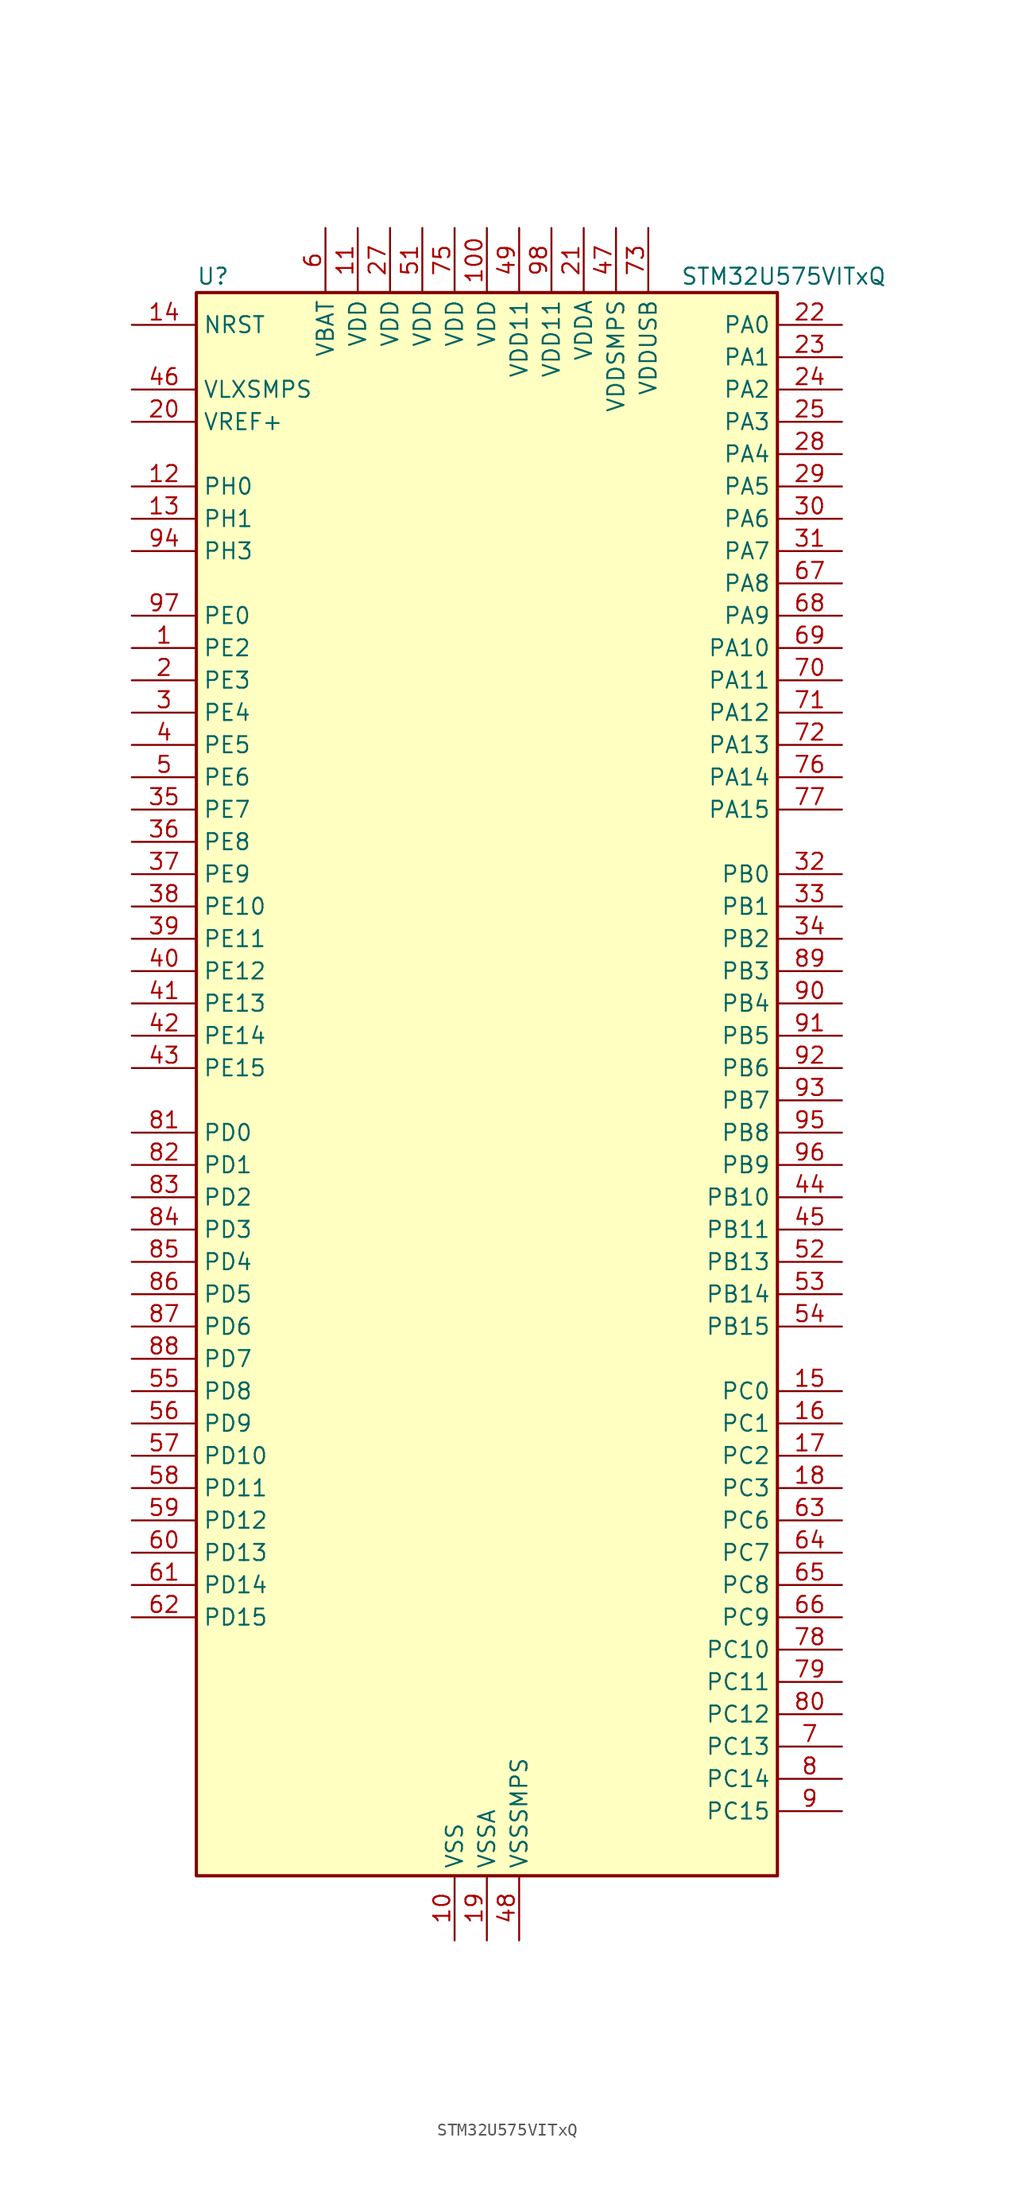
<source format=kicad_sym>
(kicad_symbol_lib
  (version 20220914)
  (generator kicad_symbol_editor)
  (symbol "STM32U575VITxQ"
    (property "Reference" "U"
      (at -22.86 64.77 0)
      (effects (font (size 1.27 1.27)) (justify left)))
    (property "Value" "STM32U575VITxQ"
      (at 15.24 64.77 0)
      (effects (font (size 1.27 1.27)) (justify left)))
    (property "ki_locked" ""
      (at 0 0 0)
      (effects (font (size 1.27 1.27))))
    (symbol "STM32U575VITxQ_0_1"
      (rectangle (start -22.86 -60.96) (end 22.86 63.5) (stroke (width 0.254) (type default)) (fill (type background))))
    (symbol "STM32U575VITxQ_1_1"
      (pin bidirectional line (at -27.94 35.56 0) (length 5.08) (name "PE2" (effects (font (size 1.27 1.27)))) (number "1" (effects (font (size 1.27 1.27)))) (alternate "DEBUG_TRACECLK" bidirectional line) (alternate "FMC_A23" bidirectional line) (alternate "SAI1_CK1" bidirectional line) (alternate "SAI1_MCLK_A" bidirectional line) (alternate "TIM3_ETR" bidirectional line) (alternate "TSC_G7_IO1" bidirectional line))
      (pin power_in line (at -2.54 -66.04 90) (length 5.08) (name "VSS" (effects (font (size 1.27 1.27)))) (number "10" (effects (font (size 1.27 1.27)))))
      (pin power_in line (at 0 68.58 270) (length 5.08) (name "VDD" (effects (font (size 1.27 1.27)))) (number "100" (effects (font (size 1.27 1.27)))))
      (pin power_in line (at -10.16 68.58 270) (length 5.08) (name "VDD" (effects (font (size 1.27 1.27)))) (number "11" (effects (font (size 1.27 1.27)))))
      (pin bidirectional line (at -27.94 48.26 0) (length 5.08) (name "PH0" (effects (font (size 1.27 1.27)))) (number "12" (effects (font (size 1.27 1.27)))) (alternate "RCC_OSC_IN" bidirectional line))
      (pin bidirectional line (at -27.94 45.72 0) (length 5.08) (name "PH1" (effects (font (size 1.27 1.27)))) (number "13" (effects (font (size 1.27 1.27)))) (alternate "RCC_OSC_OUT" bidirectional line))
      (pin input line (at -27.94 60.96 0) (length 5.08) (name "NRST" (effects (font (size 1.27 1.27)))) (number "14" (effects (font (size 1.27 1.27)))))
      (pin bidirectional line (at 27.94 -22.86 180) (length 5.08) (name "PC0" (effects (font (size 1.27 1.27)))) (number "15" (effects (font (size 1.27 1.27)))) (alternate "ADC1_IN1" bidirectional line) (alternate "ADC4_IN1" bidirectional line) (alternate "I2C3_SCL" bidirectional line) (alternate "LPTIM1_IN1" bidirectional line) (alternate "LPTIM2_IN1" bidirectional line) (alternate "LPUART1_RX" bidirectional line) (alternate "MDF1_SDI4" bidirectional line) (alternate "OCTOSPIM_P1_IO7" bidirectional line) (alternate "SAI2_FS_A" bidirectional line) (alternate "SDMMC1_D5" bidirectional line) (alternate "SPI2_RDY" bidirectional line))
      (pin bidirectional line (at 27.94 -25.4 180) (length 5.08) (name "PC1" (effects (font (size 1.27 1.27)))) (number "16" (effects (font (size 1.27 1.27)))) (alternate "ADC1_IN2" bidirectional line) (alternate "ADC4_IN2" bidirectional line) (alternate "DEBUG_TRACED0" bidirectional line) (alternate "I2C3_SDA" bidirectional line) (alternate "LPTIM1_CH1" bidirectional line) (alternate "LPUART1_TX" bidirectional line) (alternate "MDF1_CKI4" bidirectional line) (alternate "OCTOSPIM_P1_IO4" bidirectional line) (alternate "SAI1_SD_A" bidirectional line) (alternate "SDMMC2_CK" bidirectional line) (alternate "SPI2_MOSI" bidirectional line))
      (pin bidirectional line (at 27.94 -27.94 180) (length 5.08) (name "PC2" (effects (font (size 1.27 1.27)))) (number "17" (effects (font (size 1.27 1.27)))) (alternate "ADC1_IN3" bidirectional line) (alternate "ADC4_IN3" bidirectional line) (alternate "LPTIM1_IN2" bidirectional line) (alternate "MDF1_CCK1" bidirectional line) (alternate "OCTOSPIM_P1_IO5" bidirectional line) (alternate "SPI2_MISO" bidirectional line))
      (pin bidirectional line (at 27.94 -30.48 180) (length 5.08) (name "PC3" (effects (font (size 1.27 1.27)))) (number "18" (effects (font (size 1.27 1.27)))) (alternate "ADC1_IN4" bidirectional line) (alternate "ADC4_IN4" bidirectional line) (alternate "LPTIM1_ETR" bidirectional line) (alternate "LPTIM2_ETR" bidirectional line) (alternate "LPTIM3_CH1" bidirectional line) (alternate "OCTOSPIM_P1_IO6" bidirectional line) (alternate "SAI1_D1" bidirectional line) (alternate "SAI1_SD_A" bidirectional line) (alternate "SPI2_MOSI" bidirectional line))
      (pin power_in line (at 0 -66.04 90) (length 5.08) (name "VSSA" (effects (font (size 1.27 1.27)))) (number "19" (effects (font (size 1.27 1.27)))))
      (pin bidirectional line (at -27.94 33.02 0) (length 5.08) (name "PE3" (effects (font (size 1.27 1.27)))) (number "2" (effects (font (size 1.27 1.27)))) (alternate "DEBUG_TRACED0" bidirectional line) (alternate "FMC_A19" bidirectional line) (alternate "OCTOSPIM_P1_DQS" bidirectional line) (alternate "SAI1_SD_B" bidirectional line) (alternate "TAMP_IN6" bidirectional line) (alternate "TAMP_OUT3" bidirectional line) (alternate "TIM3_CH1" bidirectional line) (alternate "TSC_G7_IO2" bidirectional line))
      (pin input line (at -27.94 53.34 0) (length 5.08) (name "VREF+" (effects (font (size 1.27 1.27)))) (number "20" (effects (font (size 1.27 1.27)))) (alternate "VREFBUF_OUT" bidirectional line))
      (pin power_in line (at 7.62 68.58 270) (length 5.08) (name "VDDA" (effects (font (size 1.27 1.27)))) (number "21" (effects (font (size 1.27 1.27)))))
      (pin bidirectional line (at 27.94 60.96 180) (length 5.08) (name "PA0" (effects (font (size 1.27 1.27)))) (number "22" (effects (font (size 1.27 1.27)))) (alternate "ADC1_IN5" bidirectional line) (alternate "AUDIOCLK" bidirectional line) (alternate "OCTOSPIM_P2_NCS" bidirectional line) (alternate "OPAMP1_VINP" bidirectional line) (alternate "PWR_WKUP1" bidirectional line) (alternate "SDMMC2_CMD" bidirectional line) (alternate "SPI3_RDY" bidirectional line) (alternate "TAMP_IN2" bidirectional line) (alternate "TAMP_OUT1" bidirectional line) (alternate "TIM2_CH1" bidirectional line) (alternate "TIM2_ETR" bidirectional line) (alternate "TIM5_CH1" bidirectional line) (alternate "TIM8_ETR" bidirectional line) (alternate "UART4_TX" bidirectional line) (alternate "USART2_CTS" bidirectional line))
      (pin bidirectional line (at 27.94 58.42 180) (length 5.08) (name "PA1" (effects (font (size 1.27 1.27)))) (number "23" (effects (font (size 1.27 1.27)))) (alternate "ADC1_IN6" bidirectional line) (alternate "I2C1_SMBA" bidirectional line) (alternate "LPTIM1_CH2" bidirectional line) (alternate "OCTOSPIM_P1_DQS" bidirectional line) (alternate "OPAMP1_VINM" bidirectional line) (alternate "PWR_WKUP3" bidirectional line) (alternate "SPI1_SCK" bidirectional line) (alternate "TAMP_IN5" bidirectional line) (alternate "TAMP_OUT4" bidirectional line) (alternate "TIM15_CH1N" bidirectional line) (alternate "TIM2_CH2" bidirectional line) (alternate "TIM5_CH2" bidirectional line) (alternate "UART4_RX" bidirectional line) (alternate "USART2_DE" bidirectional line) (alternate "USART2_RTS" bidirectional line))
      (pin bidirectional line (at 27.94 55.88 180) (length 5.08) (name "PA2" (effects (font (size 1.27 1.27)))) (number "24" (effects (font (size 1.27 1.27)))) (alternate "ADC1_IN7" bidirectional line) (alternate "COMP1_INP" bidirectional line) (alternate "LPUART1_TX" bidirectional line) (alternate "OCTOSPIM_P1_NCS" bidirectional line) (alternate "PWR_WKUP4" bidirectional line) (alternate "RCC_LSCO" bidirectional line) (alternate "SPI1_RDY" bidirectional line) (alternate "TIM15_CH1" bidirectional line) (alternate "TIM2_CH3" bidirectional line) (alternate "TIM5_CH3" bidirectional line) (alternate "UCPD1_FRSTX1" bidirectional line) (alternate "USART2_TX" bidirectional line))
      (pin bidirectional line (at 27.94 53.34 180) (length 5.08) (name "PA3" (effects (font (size 1.27 1.27)))) (number "25" (effects (font (size 1.27 1.27)))) (alternate "ADC1_IN8" bidirectional line) (alternate "LPUART1_RX" bidirectional line) (alternate "OCTOSPIM_P1_CLK" bidirectional line) (alternate "OPAMP1_VOUT" bidirectional line) (alternate "PWR_WKUP5" bidirectional line) (alternate "SAI1_CK1" bidirectional line) (alternate "SAI1_MCLK_A" bidirectional line) (alternate "TIM15_CH2" bidirectional line) (alternate "TIM2_CH4" bidirectional line) (alternate "TIM5_CH4" bidirectional line) (alternate "USART2_RX" bidirectional line))
      (pin passive line (at -2.54 -66.04 90) (length 5.08) hide (name "VSS" (effects (font (size 1.27 1.27)))) (number "26" (effects (font (size 1.27 1.27)))))
      (pin power_in line (at -7.62 68.58 270) (length 5.08) (name "VDD" (effects (font (size 1.27 1.27)))) (number "27" (effects (font (size 1.27 1.27)))))
      (pin bidirectional line (at 27.94 50.8 180) (length 5.08) (name "PA4" (effects (font (size 1.27 1.27)))) (number "28" (effects (font (size 1.27 1.27)))) (alternate "ADC1_IN9" bidirectional line) (alternate "ADC4_IN9" bidirectional line) (alternate "DAC1_OUT1" bidirectional line) (alternate "DCMI_HSYNC" bidirectional line) (alternate "LPTIM2_CH1" bidirectional line) (alternate "OCTOSPIM_P1_NCS" bidirectional line) (alternate "PSSI_DE" bidirectional line) (alternate "PWR_WKUP2" bidirectional line) (alternate "SAI1_FS_B" bidirectional line) (alternate "SPI1_NSS" bidirectional line) (alternate "SPI3_NSS" bidirectional line) (alternate "USART2_CK" bidirectional line))
      (pin bidirectional line (at 27.94 48.26 180) (length 5.08) (name "PA5" (effects (font (size 1.27 1.27)))) (number "29" (effects (font (size 1.27 1.27)))) (alternate "ADC1_IN10" bidirectional line) (alternate "ADC4_IN10" bidirectional line) (alternate "DAC1_OUT2" bidirectional line) (alternate "LPTIM2_ETR" bidirectional line) (alternate "PSSI_D14" bidirectional line) (alternate "PWR_CSLEEP" bidirectional line) (alternate "PWR_WKUP6" bidirectional line) (alternate "SPI1_SCK" bidirectional line) (alternate "TIM2_CH1" bidirectional line) (alternate "TIM2_ETR" bidirectional line) (alternate "TIM8_CH1N" bidirectional line) (alternate "USART3_RX" bidirectional line))
      (pin bidirectional line (at -27.94 30.48 0) (length 5.08) (name "PE4" (effects (font (size 1.27 1.27)))) (number "3" (effects (font (size 1.27 1.27)))) (alternate "DCMI_D4" bidirectional line) (alternate "DEBUG_TRACED1" bidirectional line) (alternate "FMC_A20" bidirectional line) (alternate "MDF1_SDI3" bidirectional line) (alternate "PSSI_D4" bidirectional line) (alternate "PWR_WKUP1" bidirectional line) (alternate "SAI1_D2" bidirectional line) (alternate "SAI1_FS_A" bidirectional line) (alternate "TAMP_IN7" bidirectional line) (alternate "TAMP_OUT8" bidirectional line) (alternate "TIM3_CH2" bidirectional line) (alternate "TSC_G7_IO3" bidirectional line))
      (pin bidirectional line (at 27.94 45.72 180) (length 5.08) (name "PA6" (effects (font (size 1.27 1.27)))) (number "30" (effects (font (size 1.27 1.27)))) (alternate "ADC1_IN11" bidirectional line) (alternate "ADC4_IN11" bidirectional line) (alternate "DCMI_PIXCLK" bidirectional line) (alternate "LPUART1_CTS" bidirectional line) (alternate "OCTOSPIM_P1_IO3" bidirectional line) (alternate "OPAMP2_VINP" bidirectional line) (alternate "PSSI_PDCK" bidirectional line) (alternate "PWR_CDSTOP" bidirectional line) (alternate "PWR_WKUP7" bidirectional line) (alternate "SPI1_MISO" bidirectional line) (alternate "TIM16_CH1" bidirectional line) (alternate "TIM1_BKIN" bidirectional line) (alternate "TIM3_CH1" bidirectional line) (alternate "TIM8_BKIN" bidirectional line) (alternate "USART3_CTS" bidirectional line))
      (pin bidirectional line (at 27.94 43.18 180) (length 5.08) (name "PA7" (effects (font (size 1.27 1.27)))) (number "31" (effects (font (size 1.27 1.27)))) (alternate "ADC1_IN12" bidirectional line) (alternate "ADC4_IN20" bidirectional line) (alternate "I2C3_SCL" bidirectional line) (alternate "LPTIM2_CH2" bidirectional line) (alternate "OCTOSPIM_P1_IO2" bidirectional line) (alternate "OPAMP2_VINM" bidirectional line) (alternate "PWR_SRDSTOP" bidirectional line) (alternate "PWR_WKUP8" bidirectional line) (alternate "SPI1_MOSI" bidirectional line) (alternate "TIM17_CH1" bidirectional line) (alternate "TIM1_CH1N" bidirectional line) (alternate "TIM3_CH2" bidirectional line) (alternate "TIM8_CH1N" bidirectional line) (alternate "USART3_TX" bidirectional line))
      (pin bidirectional line (at 27.94 17.78 180) (length 5.08) (name "PB0" (effects (font (size 1.27 1.27)))) (number "32" (effects (font (size 1.27 1.27)))) (alternate "ADC1_IN15" bidirectional line) (alternate "ADC4_IN18" bidirectional line) (alternate "AUDIOCLK" bidirectional line) (alternate "COMP1_OUT" bidirectional line) (alternate "LPTIM3_CH1" bidirectional line) (alternate "OCTOSPIM_P1_IO1" bidirectional line) (alternate "OPAMP2_VOUT" bidirectional line) (alternate "SPI1_NSS" bidirectional line) (alternate "TIM1_CH2N" bidirectional line) (alternate "TIM3_CH3" bidirectional line) (alternate "TIM8_CH2N" bidirectional line) (alternate "USART3_CK" bidirectional line))
      (pin bidirectional line (at 27.94 15.24 180) (length 5.08) (name "PB1" (effects (font (size 1.27 1.27)))) (number "33" (effects (font (size 1.27 1.27)))) (alternate "ADC1_IN16" bidirectional line) (alternate "ADC4_IN19" bidirectional line) (alternate "COMP1_INM" bidirectional line) (alternate "LPTIM2_IN1" bidirectional line) (alternate "LPTIM3_CH2" bidirectional line) (alternate "LPUART1_DE" bidirectional line) (alternate "LPUART1_RTS" bidirectional line) (alternate "MDF1_SDI0" bidirectional line) (alternate "OCTOSPIM_P1_IO0" bidirectional line) (alternate "PWR_WKUP4" bidirectional line) (alternate "TIM1_CH3N" bidirectional line) (alternate "TIM3_CH4" bidirectional line) (alternate "TIM8_CH3N" bidirectional line) (alternate "USART3_DE" bidirectional line) (alternate "USART3_RTS" bidirectional line))
      (pin bidirectional line (at 27.94 12.7 180) (length 5.08) (name "PB2" (effects (font (size 1.27 1.27)))) (number "34" (effects (font (size 1.27 1.27)))) (alternate "ADC1_IN17" bidirectional line) (alternate "COMP1_INP" bidirectional line) (alternate "I2C3_SMBA" bidirectional line) (alternate "LPTIM1_CH1" bidirectional line) (alternate "MDF1_CKI0" bidirectional line) (alternate "OCTOSPIM_P1_DQS" bidirectional line) (alternate "PWR_WKUP1" bidirectional line) (alternate "RTC_OUT2" bidirectional line) (alternate "SPI1_RDY" bidirectional line) (alternate "TIM8_CH4N" bidirectional line) (alternate "UCPD1_FRSTX1" bidirectional line))
      (pin bidirectional line (at -27.94 22.86 0) (length 5.08) (name "PE7" (effects (font (size 1.27 1.27)))) (number "35" (effects (font (size 1.27 1.27)))) (alternate "FMC_D4" bidirectional line) (alternate "FMC_DA4" bidirectional line) (alternate "MDF1_SDI2" bidirectional line) (alternate "PWR_WKUP6" bidirectional line) (alternate "SAI1_SD_B" bidirectional line) (alternate "TIM1_ETR" bidirectional line))
      (pin bidirectional line (at -27.94 20.32 0) (length 5.08) (name "PE8" (effects (font (size 1.27 1.27)))) (number "36" (effects (font (size 1.27 1.27)))) (alternate "FMC_D5" bidirectional line) (alternate "FMC_DA5" bidirectional line) (alternate "MDF1_CKI2" bidirectional line) (alternate "PWR_WKUP7" bidirectional line) (alternate "SAI1_SCK_B" bidirectional line) (alternate "TIM1_CH1N" bidirectional line))
      (pin bidirectional line (at -27.94 17.78 0) (length 5.08) (name "PE9" (effects (font (size 1.27 1.27)))) (number "37" (effects (font (size 1.27 1.27)))) (alternate "ADF1_CCK0" bidirectional line) (alternate "DAC1_EXTI9" bidirectional line) (alternate "FMC_D6" bidirectional line) (alternate "FMC_DA6" bidirectional line) (alternate "MDF1_CCK0" bidirectional line) (alternate "OCTOSPIM_P1_NCLK" bidirectional line) (alternate "SAI1_FS_B" bidirectional line) (alternate "TIM1_CH1" bidirectional line))
      (pin bidirectional line (at -27.94 15.24 0) (length 5.08) (name "PE10" (effects (font (size 1.27 1.27)))) (number "38" (effects (font (size 1.27 1.27)))) (alternate "ADF1_SDI0" bidirectional line) (alternate "FMC_D7" bidirectional line) (alternate "FMC_DA7" bidirectional line) (alternate "MDF1_SDI4" bidirectional line) (alternate "OCTOSPIM_P1_CLK" bidirectional line) (alternate "SAI1_MCLK_B" bidirectional line) (alternate "TIM1_CH2N" bidirectional line) (alternate "TSC_G5_IO1" bidirectional line))
      (pin bidirectional line (at -27.94 12.7 0) (length 5.08) (name "PE11" (effects (font (size 1.27 1.27)))) (number "39" (effects (font (size 1.27 1.27)))) (alternate "ADC1_EXTI11" bidirectional line) (alternate "FMC_D8" bidirectional line) (alternate "FMC_DA8" bidirectional line) (alternate "MDF1_CKI4" bidirectional line) (alternate "OCTOSPIM_P1_NCS" bidirectional line) (alternate "SPI1_RDY" bidirectional line) (alternate "TIM1_CH2" bidirectional line) (alternate "TSC_G5_IO2" bidirectional line))
      (pin bidirectional line (at -27.94 27.94 0) (length 5.08) (name "PE5" (effects (font (size 1.27 1.27)))) (number "4" (effects (font (size 1.27 1.27)))) (alternate "DCMI_D6" bidirectional line) (alternate "DEBUG_TRACED2" bidirectional line) (alternate "FMC_A21" bidirectional line) (alternate "MDF1_CKI3" bidirectional line) (alternate "PSSI_D6" bidirectional line) (alternate "PWR_WKUP2" bidirectional line) (alternate "SAI1_CK2" bidirectional line) (alternate "SAI1_SCK_A" bidirectional line) (alternate "TAMP_IN8" bidirectional line) (alternate "TAMP_OUT7" bidirectional line) (alternate "TIM3_CH3" bidirectional line) (alternate "TSC_G7_IO4" bidirectional line))
      (pin bidirectional line (at -27.94 10.16 0) (length 5.08) (name "PE12" (effects (font (size 1.27 1.27)))) (number "40" (effects (font (size 1.27 1.27)))) (alternate "FMC_D9" bidirectional line) (alternate "FMC_DA9" bidirectional line) (alternate "MDF1_SDI5" bidirectional line) (alternate "OCTOSPIM_P1_IO0" bidirectional line) (alternate "SPI1_NSS" bidirectional line) (alternate "TIM1_CH3N" bidirectional line) (alternate "TSC_G5_IO3" bidirectional line))
      (pin bidirectional line (at -27.94 7.62 0) (length 5.08) (name "PE13" (effects (font (size 1.27 1.27)))) (number "41" (effects (font (size 1.27 1.27)))) (alternate "FMC_D10" bidirectional line) (alternate "FMC_DA10" bidirectional line) (alternate "MDF1_CKI5" bidirectional line) (alternate "OCTOSPIM_P1_IO1" bidirectional line) (alternate "SPI1_SCK" bidirectional line) (alternate "TIM1_CH3" bidirectional line) (alternate "TSC_G5_IO4" bidirectional line))
      (pin bidirectional line (at -27.94 5.08 0) (length 5.08) (name "PE14" (effects (font (size 1.27 1.27)))) (number "42" (effects (font (size 1.27 1.27)))) (alternate "FMC_D11" bidirectional line) (alternate "FMC_DA11" bidirectional line) (alternate "OCTOSPIM_P1_IO2" bidirectional line) (alternate "SPI1_MISO" bidirectional line) (alternate "TIM1_BKIN2" bidirectional line) (alternate "TIM1_CH4" bidirectional line))
      (pin bidirectional line (at -27.94 2.54 0) (length 5.08) (name "PE15" (effects (font (size 1.27 1.27)))) (number "43" (effects (font (size 1.27 1.27)))) (alternate "ADC1_EXTI15" bidirectional line) (alternate "ADC4_EXTI15" bidirectional line) (alternate "FMC_D12" bidirectional line) (alternate "FMC_DA12" bidirectional line) (alternate "OCTOSPIM_P1_IO3" bidirectional line) (alternate "SPI1_MOSI" bidirectional line) (alternate "TIM1_BKIN" bidirectional line) (alternate "TIM1_CH4N" bidirectional line))
      (pin bidirectional line (at 27.94 -7.62 180) (length 5.08) (name "PB10" (effects (font (size 1.27 1.27)))) (number "44" (effects (font (size 1.27 1.27)))) (alternate "COMP1_OUT" bidirectional line) (alternate "I2C2_SCL" bidirectional line) (alternate "I2C4_SCL" bidirectional line) (alternate "LPTIM3_CH1" bidirectional line) (alternate "LPUART1_RX" bidirectional line) (alternate "OCTOSPIM_P1_CLK" bidirectional line) (alternate "PWR_WKUP8" bidirectional line) (alternate "SAI1_SCK_A" bidirectional line) (alternate "SPI2_SCK" bidirectional line) (alternate "TIM2_CH3" bidirectional line) (alternate "TSC_SYNC" bidirectional line) (alternate "USART3_TX" bidirectional line))
      (pin bidirectional line (at 27.94 -10.16 180) (length 5.08) (name "PB11" (effects (font (size 1.27 1.27)))) (number "45" (effects (font (size 1.27 1.27)))) (alternate "ADC1_EXTI11" bidirectional line) (alternate "COMP2_OUT" bidirectional line) (alternate "I2C2_SDA" bidirectional line) (alternate "I2C4_SDA" bidirectional line) (alternate "LPUART1_TX" bidirectional line) (alternate "OCTOSPIM_P1_NCS" bidirectional line) (alternate "SPI2_RDY" bidirectional line) (alternate "TIM2_CH4" bidirectional line) (alternate "USART3_RX" bidirectional line))
      (pin power_in line (at -27.94 55.88 0) (length 5.08) (name "VLXSMPS" (effects (font (size 1.27 1.27)))) (number "46" (effects (font (size 1.27 1.27)))))
      (pin power_in line (at 10.16 68.58 270) (length 5.08) (name "VDDSMPS" (effects (font (size 1.27 1.27)))) (number "47" (effects (font (size 1.27 1.27)))))
      (pin power_in line (at 2.54 -66.04 90) (length 5.08) (name "VSSSMPS" (effects (font (size 1.27 1.27)))) (number "48" (effects (font (size 1.27 1.27)))))
      (pin power_in line (at 2.54 68.58 270) (length 5.08) (name "VDD11" (effects (font (size 1.27 1.27)))) (number "49" (effects (font (size 1.27 1.27)))))
      (pin bidirectional line (at -27.94 25.4 0) (length 5.08) (name "PE6" (effects (font (size 1.27 1.27)))) (number "5" (effects (font (size 1.27 1.27)))) (alternate "DCMI_D7" bidirectional line) (alternate "DEBUG_TRACED3" bidirectional line) (alternate "FMC_A22" bidirectional line) (alternate "PSSI_D7" bidirectional line) (alternate "PWR_WKUP3" bidirectional line) (alternate "SAI1_D1" bidirectional line) (alternate "SAI1_SD_A" bidirectional line) (alternate "TAMP_IN3" bidirectional line) (alternate "TAMP_OUT6" bidirectional line) (alternate "TIM3_CH4" bidirectional line))
      (pin passive line (at -2.54 -66.04 90) (length 5.08) hide (name "VSS" (effects (font (size 1.27 1.27)))) (number "50" (effects (font (size 1.27 1.27)))))
      (pin power_in line (at -5.08 68.58 270) (length 5.08) (name "VDD" (effects (font (size 1.27 1.27)))) (number "51" (effects (font (size 1.27 1.27)))))
      (pin bidirectional line (at 27.94 -12.7 180) (length 5.08) (name "PB13" (effects (font (size 1.27 1.27)))) (number "52" (effects (font (size 1.27 1.27)))) (alternate "I2C2_SCL" bidirectional line) (alternate "LPTIM3_IN1" bidirectional line) (alternate "LPUART1_CTS" bidirectional line) (alternate "MDF1_CKI1" bidirectional line) (alternate "SAI2_SCK_A" bidirectional line) (alternate "SPI2_SCK" bidirectional line) (alternate "TIM15_CH1N" bidirectional line) (alternate "TIM1_CH1N" bidirectional line) (alternate "TSC_G1_IO2" bidirectional line) (alternate "USART3_CTS" bidirectional line))
      (pin bidirectional line (at 27.94 -15.24 180) (length 5.08) (name "PB14" (effects (font (size 1.27 1.27)))) (number "53" (effects (font (size 1.27 1.27)))) (alternate "I2C2_SDA" bidirectional line) (alternate "LPTIM3_ETR" bidirectional line) (alternate "MDF1_SDI2" bidirectional line) (alternate "SAI2_MCLK_A" bidirectional line) (alternate "SDMMC2_D0" bidirectional line) (alternate "SPI2_MISO" bidirectional line) (alternate "TIM15_CH1" bidirectional line) (alternate "TIM1_CH2N" bidirectional line) (alternate "TIM8_CH2N" bidirectional line) (alternate "TSC_G1_IO3" bidirectional line) (alternate "UCPD1_DBCC2" bidirectional line) (alternate "USART3_DE" bidirectional line) (alternate "USART3_RTS" bidirectional line))
      (pin bidirectional line (at 27.94 -17.78 180) (length 5.08) (name "PB15" (effects (font (size 1.27 1.27)))) (number "54" (effects (font (size 1.27 1.27)))) (alternate "ADC1_EXTI15" bidirectional line) (alternate "ADC4_EXTI15" bidirectional line) (alternate "FMC_NBL1" bidirectional line) (alternate "LPTIM2_IN2" bidirectional line) (alternate "MDF1_CKI2" bidirectional line) (alternate "PWR_WKUP7" bidirectional line) (alternate "RTC_REFIN" bidirectional line) (alternate "SAI2_SD_A" bidirectional line) (alternate "SDMMC2_D1" bidirectional line) (alternate "SPI2_MOSI" bidirectional line) (alternate "TIM15_CH2" bidirectional line) (alternate "TIM1_CH3N" bidirectional line) (alternate "TIM8_CH3N" bidirectional line) (alternate "UCPD1_CC2" bidirectional line))
      (pin bidirectional line (at -27.94 -22.86 0) (length 5.08) (name "PD8" (effects (font (size 1.27 1.27)))) (number "55" (effects (font (size 1.27 1.27)))) (alternate "DCMI_HSYNC" bidirectional line) (alternate "FMC_D13" bidirectional line) (alternate "FMC_DA13" bidirectional line) (alternate "PSSI_DE" bidirectional line) (alternate "USART3_TX" bidirectional line))
      (pin bidirectional line (at -27.94 -25.4 0) (length 5.08) (name "PD9" (effects (font (size 1.27 1.27)))) (number "56" (effects (font (size 1.27 1.27)))) (alternate "DAC1_EXTI9" bidirectional line) (alternate "DCMI_PIXCLK" bidirectional line) (alternate "FMC_D14" bidirectional line) (alternate "FMC_DA14" bidirectional line) (alternate "LPTIM2_IN2" bidirectional line) (alternate "LPTIM3_IN1" bidirectional line) (alternate "PSSI_PDCK" bidirectional line) (alternate "SAI2_MCLK_A" bidirectional line) (alternate "USART3_RX" bidirectional line))
      (pin bidirectional line (at -27.94 -27.94 0) (length 5.08) (name "PD10" (effects (font (size 1.27 1.27)))) (number "57" (effects (font (size 1.27 1.27)))) (alternate "FMC_D15" bidirectional line) (alternate "FMC_DA15" bidirectional line) (alternate "LPTIM2_CH2" bidirectional line) (alternate "LPTIM3_ETR" bidirectional line) (alternate "SAI2_SCK_A" bidirectional line) (alternate "TSC_G6_IO1" bidirectional line) (alternate "USART3_CK" bidirectional line))
      (pin bidirectional line (at -27.94 -30.48 0) (length 5.08) (name "PD11" (effects (font (size 1.27 1.27)))) (number "58" (effects (font (size 1.27 1.27)))) (alternate "ADC1_EXTI11" bidirectional line) (alternate "ADC4_IN15" bidirectional line) (alternate "FMC_A16" bidirectional line) (alternate "FMC_CLE" bidirectional line) (alternate "I2C4_SMBA" bidirectional line) (alternate "LPTIM2_ETR" bidirectional line) (alternate "SAI2_SD_A" bidirectional line) (alternate "TSC_G6_IO2" bidirectional line) (alternate "USART3_CTS" bidirectional line))
      (pin bidirectional line (at -27.94 -33.02 0) (length 5.08) (name "PD12" (effects (font (size 1.27 1.27)))) (number "59" (effects (font (size 1.27 1.27)))) (alternate "ADC4_IN16" bidirectional line) (alternate "FMC_A17" bidirectional line) (alternate "FMC_ALE" bidirectional line) (alternate "I2C4_SCL" bidirectional line) (alternate "LPTIM2_IN1" bidirectional line) (alternate "SAI2_FS_A" bidirectional line) (alternate "TIM4_CH1" bidirectional line) (alternate "TSC_G6_IO3" bidirectional line) (alternate "USART3_DE" bidirectional line) (alternate "USART3_RTS" bidirectional line))
      (pin power_in line (at -12.7 68.58 270) (length 5.08) (name "VBAT" (effects (font (size 1.27 1.27)))) (number "6" (effects (font (size 1.27 1.27)))))
      (pin bidirectional line (at -27.94 -35.56 0) (length 5.08) (name "PD13" (effects (font (size 1.27 1.27)))) (number "60" (effects (font (size 1.27 1.27)))) (alternate "ADC4_IN17" bidirectional line) (alternate "FMC_A18" bidirectional line) (alternate "I2C4_SDA" bidirectional line) (alternate "LPTIM2_CH1" bidirectional line) (alternate "LPTIM4_IN1" bidirectional line) (alternate "TIM4_CH2" bidirectional line) (alternate "TSC_G6_IO4" bidirectional line))
      (pin bidirectional line (at -27.94 -38.1 0) (length 5.08) (name "PD14" (effects (font (size 1.27 1.27)))) (number "61" (effects (font (size 1.27 1.27)))) (alternate "FMC_D0" bidirectional line) (alternate "FMC_DA0" bidirectional line) (alternate "LPTIM3_CH1" bidirectional line) (alternate "TIM4_CH3" bidirectional line))
      (pin bidirectional line (at -27.94 -40.64 0) (length 5.08) (name "PD15" (effects (font (size 1.27 1.27)))) (number "62" (effects (font (size 1.27 1.27)))) (alternate "ADC1_EXTI15" bidirectional line) (alternate "ADC4_EXTI15" bidirectional line) (alternate "FMC_D1" bidirectional line) (alternate "FMC_DA1" bidirectional line) (alternate "LPTIM3_CH2" bidirectional line) (alternate "TIM4_CH4" bidirectional line))
      (pin bidirectional line (at 27.94 -33.02 180) (length 5.08) (name "PC6" (effects (font (size 1.27 1.27)))) (number "63" (effects (font (size 1.27 1.27)))) (alternate "DCMI_D0" bidirectional line) (alternate "MDF1_CKI3" bidirectional line) (alternate "PSSI_D0" bidirectional line) (alternate "PWR_CSLEEP" bidirectional line) (alternate "SAI2_MCLK_A" bidirectional line) (alternate "SDMMC1_D0DIR" bidirectional line) (alternate "SDMMC1_D6" bidirectional line) (alternate "SDMMC2_D6" bidirectional line) (alternate "TIM3_CH1" bidirectional line) (alternate "TIM8_CH1" bidirectional line) (alternate "TSC_G4_IO1" bidirectional line))
      (pin bidirectional line (at 27.94 -35.56 180) (length 5.08) (name "PC7" (effects (font (size 1.27 1.27)))) (number "64" (effects (font (size 1.27 1.27)))) (alternate "DCMI_D1" bidirectional line) (alternate "LPTIM2_CH2" bidirectional line) (alternate "MDF1_SDI3" bidirectional line) (alternate "PSSI_D1" bidirectional line) (alternate "PWR_CDSTOP" bidirectional line) (alternate "SAI2_MCLK_B" bidirectional line) (alternate "SDMMC1_D123DIR" bidirectional line) (alternate "SDMMC1_D7" bidirectional line) (alternate "SDMMC2_D7" bidirectional line) (alternate "TIM3_CH2" bidirectional line) (alternate "TIM8_CH2" bidirectional line) (alternate "TSC_G4_IO2" bidirectional line))
      (pin bidirectional line (at 27.94 -38.1 180) (length 5.08) (name "PC8" (effects (font (size 1.27 1.27)))) (number "65" (effects (font (size 1.27 1.27)))) (alternate "DCMI_D2" bidirectional line) (alternate "LPTIM3_CH1" bidirectional line) (alternate "PSSI_D2" bidirectional line) (alternate "PWR_SRDSTOP" bidirectional line) (alternate "SDMMC1_D0" bidirectional line) (alternate "TIM3_CH3" bidirectional line) (alternate "TIM8_CH3" bidirectional line) (alternate "TSC_G4_IO3" bidirectional line))
      (pin bidirectional line (at 27.94 -40.64 180) (length 5.08) (name "PC9" (effects (font (size 1.27 1.27)))) (number "66" (effects (font (size 1.27 1.27)))) (alternate "DAC1_EXTI9" bidirectional line) (alternate "DCMI_D3" bidirectional line) (alternate "DEBUG_TRACED0" bidirectional line) (alternate "LPTIM3_CH2" bidirectional line) (alternate "PSSI_D3" bidirectional line) (alternate "SDMMC1_D1" bidirectional line) (alternate "TIM3_CH4" bidirectional line) (alternate "TIM8_BKIN2" bidirectional line) (alternate "TIM8_CH4" bidirectional line) (alternate "TSC_G4_IO4" bidirectional line) (alternate "USB_OTG_FS_NOE" bidirectional line))
      (pin bidirectional line (at 27.94 40.64 180) (length 5.08) (name "PA8" (effects (font (size 1.27 1.27)))) (number "67" (effects (font (size 1.27 1.27)))) (alternate "DEBUG_TRACECLK" bidirectional line) (alternate "LPTIM2_CH1" bidirectional line) (alternate "RCC_MCO" bidirectional line) (alternate "SAI1_CK2" bidirectional line) (alternate "SAI1_SCK_A" bidirectional line) (alternate "SPI1_RDY" bidirectional line) (alternate "TIM1_CH1" bidirectional line) (alternate "USART1_CK" bidirectional line) (alternate "USB_OTG_FS_SOF" bidirectional line))
      (pin bidirectional line (at 27.94 38.1 180) (length 5.08) (name "PA9" (effects (font (size 1.27 1.27)))) (number "68" (effects (font (size 1.27 1.27)))) (alternate "DAC1_EXTI9" bidirectional line) (alternate "DCMI_D0" bidirectional line) (alternate "PSSI_D0" bidirectional line) (alternate "SAI1_FS_A" bidirectional line) (alternate "SPI2_SCK" bidirectional line) (alternate "TIM15_BKIN" bidirectional line) (alternate "TIM1_CH2" bidirectional line) (alternate "USART1_TX" bidirectional line) (alternate "USB_OTG_FS_VBUS" bidirectional line))
      (pin bidirectional line (at 27.94 35.56 180) (length 5.08) (name "PA10" (effects (font (size 1.27 1.27)))) (number "69" (effects (font (size 1.27 1.27)))) (alternate "CRS_SYNC" bidirectional line) (alternate "DCMI_D1" bidirectional line) (alternate "LPTIM2_IN2" bidirectional line) (alternate "PSSI_D1" bidirectional line) (alternate "SAI1_D1" bidirectional line) (alternate "SAI1_SD_A" bidirectional line) (alternate "TIM17_BKIN" bidirectional line) (alternate "TIM1_CH3" bidirectional line) (alternate "USART1_RX" bidirectional line) (alternate "USB_OTG_FS_ID" bidirectional line))
      (pin bidirectional line (at 27.94 -50.8 180) (length 5.08) (name "PC13" (effects (font (size 1.27 1.27)))) (number "7" (effects (font (size 1.27 1.27)))) (alternate "PWR_WKUP2" bidirectional line) (alternate "RTC_OUT1" bidirectional line) (alternate "RTC_TS" bidirectional line) (alternate "TAMP_IN1" bidirectional line) (alternate "TAMP_OUT2" bidirectional line))
      (pin bidirectional line (at 27.94 33.02 180) (length 5.08) (name "PA11" (effects (font (size 1.27 1.27)))) (number "70" (effects (font (size 1.27 1.27)))) (alternate "ADC1_EXTI11" bidirectional line) (alternate "FDCAN1_RX" bidirectional line) (alternate "SPI1_MISO" bidirectional line) (alternate "TIM1_BKIN2" bidirectional line) (alternate "TIM1_CH4" bidirectional line) (alternate "USART1_CTS" bidirectional line) (alternate "USB_OTG_FS_DM" bidirectional line))
      (pin bidirectional line (at 27.94 30.48 180) (length 5.08) (name "PA12" (effects (font (size 1.27 1.27)))) (number "71" (effects (font (size 1.27 1.27)))) (alternate "FDCAN1_TX" bidirectional line) (alternate "OCTOSPIM_P2_NCS" bidirectional line) (alternate "SPI1_MOSI" bidirectional line) (alternate "TIM1_ETR" bidirectional line) (alternate "USART1_DE" bidirectional line) (alternate "USART1_RTS" bidirectional line) (alternate "USB_OTG_FS_DP" bidirectional line))
      (pin bidirectional line (at 27.94 27.94 180) (length 5.08) (name "PA13" (effects (font (size 1.27 1.27)))) (number "72" (effects (font (size 1.27 1.27)))) (alternate "DEBUG_JTMS-SWDIO" bidirectional line) (alternate "IR_OUT" bidirectional line) (alternate "SAI1_SD_B" bidirectional line) (alternate "USB_OTG_FS_NOE" bidirectional line))
      (pin power_in line (at 12.7 68.58 270) (length 5.08) (name "VDDUSB" (effects (font (size 1.27 1.27)))) (number "73" (effects (font (size 1.27 1.27)))))
      (pin passive line (at -2.54 -66.04 90) (length 5.08) hide (name "VSS" (effects (font (size 1.27 1.27)))) (number "74" (effects (font (size 1.27 1.27)))))
      (pin power_in line (at -2.54 68.58 270) (length 5.08) (name "VDD" (effects (font (size 1.27 1.27)))) (number "75" (effects (font (size 1.27 1.27)))))
      (pin bidirectional line (at 27.94 25.4 180) (length 5.08) (name "PA14" (effects (font (size 1.27 1.27)))) (number "76" (effects (font (size 1.27 1.27)))) (alternate "DEBUG_JTCK-SWCLK" bidirectional line) (alternate "I2C1_SMBA" bidirectional line) (alternate "I2C4_SMBA" bidirectional line) (alternate "LPTIM1_CH1" bidirectional line) (alternate "SAI1_FS_B" bidirectional line) (alternate "USB_OTG_FS_SOF" bidirectional line))
      (pin bidirectional line (at 27.94 22.86 180) (length 5.08) (name "PA15" (effects (font (size 1.27 1.27)))) (number "77" (effects (font (size 1.27 1.27)))) (alternate "ADC1_EXTI15" bidirectional line) (alternate "ADC4_EXTI15" bidirectional line) (alternate "DEBUG_JTDI" bidirectional line) (alternate "SAI2_FS_B" bidirectional line) (alternate "SPI1_NSS" bidirectional line) (alternate "SPI3_NSS" bidirectional line) (alternate "TIM2_CH1" bidirectional line) (alternate "TIM2_ETR" bidirectional line) (alternate "UART4_DE" bidirectional line) (alternate "UART4_RTS" bidirectional line) (alternate "UCPD1_CC1" bidirectional line) (alternate "USART2_RX" bidirectional line) (alternate "USART3_DE" bidirectional line) (alternate "USART3_RTS" bidirectional line))
      (pin bidirectional line (at 27.94 -43.18 180) (length 5.08) (name "PC10" (effects (font (size 1.27 1.27)))) (number "78" (effects (font (size 1.27 1.27)))) (alternate "ADF1_CCK1" bidirectional line) (alternate "DCMI_D8" bidirectional line) (alternate "DEBUG_TRACED1" bidirectional line) (alternate "LPTIM3_ETR" bidirectional line) (alternate "PSSI_D8" bidirectional line) (alternate "SAI2_SCK_B" bidirectional line) (alternate "SDMMC1_D2" bidirectional line) (alternate "SPI3_SCK" bidirectional line) (alternate "TSC_G3_IO2" bidirectional line) (alternate "UART4_TX" bidirectional line) (alternate "USART3_TX" bidirectional line))
      (pin bidirectional line (at 27.94 -45.72 180) (length 5.08) (name "PC11" (effects (font (size 1.27 1.27)))) (number "79" (effects (font (size 1.27 1.27)))) (alternate "ADC1_EXTI11" bidirectional line) (alternate "ADF1_SDI0" bidirectional line) (alternate "DCMI_D2" bidirectional line) (alternate "DCMI_D4" bidirectional line) (alternate "LPTIM3_IN1" bidirectional line) (alternate "OCTOSPIM_P1_NCS" bidirectional line) (alternate "PSSI_D2" bidirectional line) (alternate "PSSI_D4" bidirectional line) (alternate "SAI2_MCLK_B" bidirectional line) (alternate "SDMMC1_D3" bidirectional line) (alternate "SPI3_MISO" bidirectional line) (alternate "TSC_G3_IO3" bidirectional line) (alternate "UART4_RX" bidirectional line) (alternate "UCPD1_FRSTX2" bidirectional line) (alternate "USART3_RX" bidirectional line))
      (pin bidirectional line (at 27.94 -53.34 180) (length 5.08) (name "PC14" (effects (font (size 1.27 1.27)))) (number "8" (effects (font (size 1.27 1.27)))) (alternate "RCC_OSC32_IN" bidirectional line))
      (pin bidirectional line (at 27.94 -48.26 180) (length 5.08) (name "PC12" (effects (font (size 1.27 1.27)))) (number "80" (effects (font (size 1.27 1.27)))) (alternate "DCMI_D9" bidirectional line) (alternate "DEBUG_TRACED3" bidirectional line) (alternate "PSSI_D9" bidirectional line) (alternate "SAI2_SD_B" bidirectional line) (alternate "SDMMC1_CK" bidirectional line) (alternate "SPI3_MOSI" bidirectional line) (alternate "TSC_G3_IO4" bidirectional line) (alternate "UART5_TX" bidirectional line) (alternate "USART3_CK" bidirectional line))
      (pin bidirectional line (at -27.94 -2.54 0) (length 5.08) (name "PD0" (effects (font (size 1.27 1.27)))) (number "81" (effects (font (size 1.27 1.27)))) (alternate "FDCAN1_RX" bidirectional line) (alternate "FMC_D2" bidirectional line) (alternate "FMC_DA2" bidirectional line) (alternate "SPI2_NSS" bidirectional line) (alternate "TIM8_CH4N" bidirectional line))
      (pin bidirectional line (at -27.94 -5.08 0) (length 5.08) (name "PD1" (effects (font (size 1.27 1.27)))) (number "82" (effects (font (size 1.27 1.27)))) (alternate "FDCAN1_TX" bidirectional line) (alternate "FMC_D3" bidirectional line) (alternate "FMC_DA3" bidirectional line) (alternate "SPI2_SCK" bidirectional line))
      (pin bidirectional line (at -27.94 -7.62 0) (length 5.08) (name "PD2" (effects (font (size 1.27 1.27)))) (number "83" (effects (font (size 1.27 1.27)))) (alternate "DCMI_D11" bidirectional line) (alternate "DEBUG_TRACED2" bidirectional line) (alternate "LPTIM4_ETR" bidirectional line) (alternate "PSSI_D11" bidirectional line) (alternate "SDMMC1_CMD" bidirectional line) (alternate "TIM3_ETR" bidirectional line) (alternate "TSC_SYNC" bidirectional line) (alternate "UART5_RX" bidirectional line) (alternate "USART3_DE" bidirectional line) (alternate "USART3_RTS" bidirectional line))
      (pin bidirectional line (at -27.94 -10.16 0) (length 5.08) (name "PD3" (effects (font (size 1.27 1.27)))) (number "84" (effects (font (size 1.27 1.27)))) (alternate "DCMI_D5" bidirectional line) (alternate "FMC_CLK" bidirectional line) (alternate "MDF1_SDI0" bidirectional line) (alternate "OCTOSPIM_P2_NCS" bidirectional line) (alternate "PSSI_D5" bidirectional line) (alternate "SPI2_MISO" bidirectional line) (alternate "SPI2_SCK" bidirectional line) (alternate "USART2_CTS" bidirectional line))
      (pin bidirectional line (at -27.94 -12.7 0) (length 5.08) (name "PD4" (effects (font (size 1.27 1.27)))) (number "85" (effects (font (size 1.27 1.27)))) (alternate "FMC_NOE" bidirectional line) (alternate "MDF1_CKI0" bidirectional line) (alternate "OCTOSPIM_P1_IO4" bidirectional line) (alternate "SPI2_MOSI" bidirectional line) (alternate "USART2_DE" bidirectional line) (alternate "USART2_RTS" bidirectional line))
      (pin bidirectional line (at -27.94 -15.24 0) (length 5.08) (name "PD5" (effects (font (size 1.27 1.27)))) (number "86" (effects (font (size 1.27 1.27)))) (alternate "FMC_NWE" bidirectional line) (alternate "OCTOSPIM_P1_IO5" bidirectional line) (alternate "SPI2_RDY" bidirectional line) (alternate "USART2_TX" bidirectional line))
      (pin bidirectional line (at -27.94 -17.78 0) (length 5.08) (name "PD6" (effects (font (size 1.27 1.27)))) (number "87" (effects (font (size 1.27 1.27)))) (alternate "DCMI_D10" bidirectional line) (alternate "FMC_NWAIT" bidirectional line) (alternate "MDF1_SDI1" bidirectional line) (alternate "OCTOSPIM_P1_IO6" bidirectional line) (alternate "PSSI_D10" bidirectional line) (alternate "SAI1_D1" bidirectional line) (alternate "SAI1_SD_A" bidirectional line) (alternate "SDMMC2_CK" bidirectional line) (alternate "SPI3_MOSI" bidirectional line) (alternate "USART2_RX" bidirectional line))
      (pin bidirectional line (at -27.94 -20.32 0) (length 5.08) (name "PD7" (effects (font (size 1.27 1.27)))) (number "88" (effects (font (size 1.27 1.27)))) (alternate "FMC_NCE" bidirectional line) (alternate "FMC_NE1" bidirectional line) (alternate "LPTIM4_OUT" bidirectional line) (alternate "MDF1_CKI1" bidirectional line) (alternate "OCTOSPIM_P1_IO7" bidirectional line) (alternate "SDMMC2_CMD" bidirectional line) (alternate "USART2_CK" bidirectional line))
      (pin bidirectional line (at 27.94 10.16 180) (length 5.08) (name "PB3" (effects (font (size 1.27 1.27)))) (number "89" (effects (font (size 1.27 1.27)))) (alternate "ADF1_CCK0" bidirectional line) (alternate "COMP2_INM" bidirectional line) (alternate "CRS_SYNC" bidirectional line) (alternate "DEBUG_JTDO-SWO" bidirectional line) (alternate "I2C1_SDA" bidirectional line) (alternate "LPTIM1_CH1" bidirectional line) (alternate "SAI1_SCK_B" bidirectional line) (alternate "SDMMC2_D2" bidirectional line) (alternate "SPI1_SCK" bidirectional line) (alternate "SPI3_SCK" bidirectional line) (alternate "TIM2_CH2" bidirectional line) (alternate "USART1_DE" bidirectional line) (alternate "USART1_RTS" bidirectional line))
      (pin bidirectional line (at 27.94 -55.88 180) (length 5.08) (name "PC15" (effects (font (size 1.27 1.27)))) (number "9" (effects (font (size 1.27 1.27)))) (alternate "ADC1_EXTI15" bidirectional line) (alternate "ADC4_EXTI15" bidirectional line) (alternate "RCC_OSC32_OUT" bidirectional line))
      (pin bidirectional line (at 27.94 7.62 180) (length 5.08) (name "PB4" (effects (font (size 1.27 1.27)))) (number "90" (effects (font (size 1.27 1.27)))) (alternate "ADF1_SDI0" bidirectional line) (alternate "COMP2_INP" bidirectional line) (alternate "DCMI_D12" bidirectional line) (alternate "DEBUG_JTRST" bidirectional line) (alternate "I2C3_SDA" bidirectional line) (alternate "LPTIM1_CH2" bidirectional line) (alternate "PSSI_D12" bidirectional line) (alternate "SAI1_MCLK_B" bidirectional line) (alternate "SDMMC2_D3" bidirectional line) (alternate "SPI1_MISO" bidirectional line) (alternate "SPI3_MISO" bidirectional line) (alternate "TIM17_BKIN" bidirectional line) (alternate "TIM3_CH1" bidirectional line) (alternate "TSC_G2_IO1" bidirectional line) (alternate "UART5_DE" bidirectional line) (alternate "UART5_RTS" bidirectional line) (alternate "USART1_CTS" bidirectional line))
      (pin bidirectional line (at 27.94 5.08 180) (length 5.08) (name "PB5" (effects (font (size 1.27 1.27)))) (number "91" (effects (font (size 1.27 1.27)))) (alternate "COMP2_OUT" bidirectional line) (alternate "DCMI_D10" bidirectional line) (alternate "I2C1_SMBA" bidirectional line) (alternate "LPTIM1_IN1" bidirectional line) (alternate "OCTOSPIM_P1_NCLK" bidirectional line) (alternate "PSSI_D10" bidirectional line) (alternate "PWR_WKUP6" bidirectional line) (alternate "SAI1_SD_B" bidirectional line) (alternate "SPI1_MOSI" bidirectional line) (alternate "SPI3_MOSI" bidirectional line) (alternate "TIM16_BKIN" bidirectional line) (alternate "TIM3_CH2" bidirectional line) (alternate "TSC_G2_IO2" bidirectional line) (alternate "UART5_CTS" bidirectional line) (alternate "UCPD1_DBCC1" bidirectional line) (alternate "USART1_CK" bidirectional line))
      (pin bidirectional line (at 27.94 2.54 180) (length 5.08) (name "PB6" (effects (font (size 1.27 1.27)))) (number "92" (effects (font (size 1.27 1.27)))) (alternate "COMP2_INP" bidirectional line) (alternate "DCMI_D5" bidirectional line) (alternate "I2C1_SCL" bidirectional line) (alternate "I2C4_SCL" bidirectional line) (alternate "LPTIM1_ETR" bidirectional line) (alternate "MDF1_SDI5" bidirectional line) (alternate "PSSI_D5" bidirectional line) (alternate "PWR_WKUP3" bidirectional line) (alternate "SAI1_FS_B" bidirectional line) (alternate "TIM16_CH1N" bidirectional line) (alternate "TIM4_CH1" bidirectional line) (alternate "TIM8_BKIN2" bidirectional line) (alternate "TSC_G2_IO3" bidirectional line) (alternate "USART1_TX" bidirectional line))
      (pin bidirectional line (at 27.94 0 180) (length 5.08) (name "PB7" (effects (font (size 1.27 1.27)))) (number "93" (effects (font (size 1.27 1.27)))) (alternate "COMP2_INM" bidirectional line) (alternate "DCMI_VSYNC" bidirectional line) (alternate "FMC_NL" bidirectional line) (alternate "I2C1_SDA" bidirectional line) (alternate "I2C4_SDA" bidirectional line) (alternate "LPTIM1_IN2" bidirectional line) (alternate "MDF1_CKI5" bidirectional line) (alternate "PSSI_RDY" bidirectional line) (alternate "PWR_PVD_IN" bidirectional line) (alternate "PWR_WKUP4" bidirectional line) (alternate "TIM17_CH1N" bidirectional line) (alternate "TIM4_CH2" bidirectional line) (alternate "TIM8_BKIN" bidirectional line) (alternate "TSC_G2_IO4" bidirectional line) (alternate "UART4_CTS" bidirectional line) (alternate "USART1_RX" bidirectional line))
      (pin bidirectional line (at -27.94 43.18 0) (length 5.08) (name "PH3" (effects (font (size 1.27 1.27)))) (number "94" (effects (font (size 1.27 1.27)))))
      (pin bidirectional line (at 27.94 -2.54 180) (length 5.08) (name "PB8" (effects (font (size 1.27 1.27)))) (number "95" (effects (font (size 1.27 1.27)))) (alternate "DCMI_D6" bidirectional line) (alternate "FDCAN1_RX" bidirectional line) (alternate "I2C1_SCL" bidirectional line) (alternate "MDF1_CCK0" bidirectional line) (alternate "PSSI_D6" bidirectional line) (alternate "PWR_WKUP5" bidirectional line) (alternate "SAI1_CK1" bidirectional line) (alternate "SAI1_MCLK_A" bidirectional line) (alternate "SDMMC1_CKIN" bidirectional line) (alternate "SDMMC1_D4" bidirectional line) (alternate "SDMMC2_D4" bidirectional line) (alternate "SPI3_RDY" bidirectional line) (alternate "TIM16_CH1" bidirectional line) (alternate "TIM4_CH3" bidirectional line))
      (pin bidirectional line (at 27.94 -5.08 180) (length 5.08) (name "PB9" (effects (font (size 1.27 1.27)))) (number "96" (effects (font (size 1.27 1.27)))) (alternate "DAC1_EXTI9" bidirectional line) (alternate "DCMI_D7" bidirectional line) (alternate "FDCAN1_TX" bidirectional line) (alternate "I2C1_SDA" bidirectional line) (alternate "IR_OUT" bidirectional line) (alternate "PSSI_D7" bidirectional line) (alternate "SAI1_D2" bidirectional line) (alternate "SAI1_FS_A" bidirectional line) (alternate "SDMMC1_CDIR" bidirectional line) (alternate "SDMMC1_D5" bidirectional line) (alternate "SDMMC2_D5" bidirectional line) (alternate "SPI2_NSS" bidirectional line) (alternate "TIM17_CH1" bidirectional line) (alternate "TIM4_CH4" bidirectional line))
      (pin bidirectional line (at -27.94 38.1 0) (length 5.08) (name "PE0" (effects (font (size 1.27 1.27)))) (number "97" (effects (font (size 1.27 1.27)))) (alternate "DCMI_D2" bidirectional line) (alternate "FMC_NBL0" bidirectional line) (alternate "PSSI_D2" bidirectional line) (alternate "TIM16_CH1" bidirectional line) (alternate "TIM4_ETR" bidirectional line))
      (pin power_in line (at 5.08 68.58 270) (length 5.08) (name "VDD11" (effects (font (size 1.27 1.27)))) (number "98" (effects (font (size 1.27 1.27)))))
      (pin passive line (at -2.54 -66.04 90) (length 5.08) hide (name "VSS" (effects (font (size 1.27 1.27)))) (number "99" (effects (font (size 1.27 1.27))))))))
</source>
